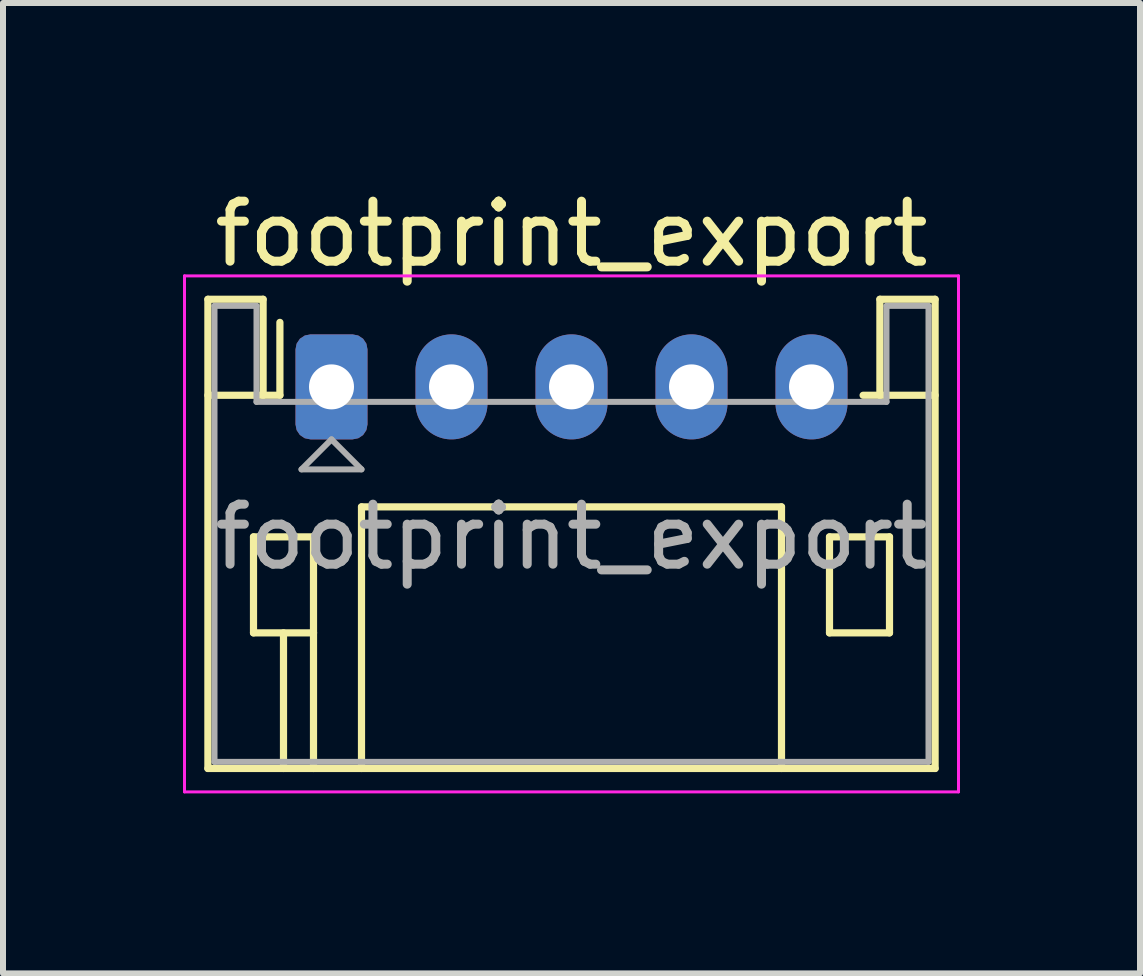
<source format=kicad_pcb>
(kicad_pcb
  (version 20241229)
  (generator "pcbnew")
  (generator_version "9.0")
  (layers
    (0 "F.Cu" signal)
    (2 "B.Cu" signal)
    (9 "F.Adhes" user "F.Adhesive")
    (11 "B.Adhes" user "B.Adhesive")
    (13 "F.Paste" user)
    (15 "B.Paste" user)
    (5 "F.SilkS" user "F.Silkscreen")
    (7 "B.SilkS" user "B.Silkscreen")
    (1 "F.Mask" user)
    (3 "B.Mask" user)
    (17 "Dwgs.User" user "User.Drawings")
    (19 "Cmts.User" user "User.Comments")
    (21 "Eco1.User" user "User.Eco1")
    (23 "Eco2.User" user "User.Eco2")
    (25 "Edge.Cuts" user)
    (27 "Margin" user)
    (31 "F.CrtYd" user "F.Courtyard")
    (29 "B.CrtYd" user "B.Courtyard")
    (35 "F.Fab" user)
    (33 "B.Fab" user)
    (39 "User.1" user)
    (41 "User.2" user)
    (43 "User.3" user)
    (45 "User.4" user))
  (footprint "footprint_export"
    (layer "F.Cu")
    (at 2.475 3.398)
    (property "Reference" "footprint_export" (at 4 -2.55 0) (layer "F.SilkS") (effects (font (size 1 1) (thickness 0.15))))
    (attr through_hole)
    (fp_line (start -2.06 -1.46) (end -2.06 6.36) (stroke (width 0.12) (type solid)) (layer "F.SilkS"))
    (fp_line (start -2.06 0.14) (end -1.14 0.14) (stroke (width 0.12) (type solid)) (layer "F.SilkS"))
    (fp_line (start -2.06 6.36) (end 10.06 6.36) (stroke (width 0.12) (type solid)) (layer "F.SilkS"))
    (fp_line (start -1.3 2.5) (end -1.3 4.1) (stroke (width 0.12) (type solid)) (layer "F.SilkS"))
    (fp_line (start -1.3 4.1) (end -0.3 4.1) (stroke (width 0.12) (type solid)) (layer "F.SilkS"))
    (fp_line (start -1.14 -1.46) (end -2.06 -1.46) (stroke (width 0.12) (type solid)) (layer "F.SilkS"))
    (fp_line (start -1.14 0.14) (end -1.14 -1.46) (stroke (width 0.12) (type solid)) (layer "F.SilkS"))
    (fp_line (start -0.86 0.14) (end -1.14 0.14) (stroke (width 0.12) (type solid)) (layer "F.SilkS"))
    (fp_line (start -0.86 0.14) (end -0.86 -1.075) (stroke (width 0.12) (type solid)) (layer "F.SilkS"))
    (fp_line (start -0.8 4.1) (end -0.8 6.36) (stroke (width 0.12) (type solid)) (layer "F.SilkS"))
    (fp_line (start -0.3 2.5) (end -1.3 2.5) (stroke (width 0.12) (type solid)) (layer "F.SilkS"))
    (fp_line (start -0.3 4.1) (end -0.3 2.5) (stroke (width 0.12) (type solid)) (layer "F.SilkS"))
    (fp_line (start -0.3 4.1) (end -0.3 6.36) (stroke (width 0.12) (type solid)) (layer "F.SilkS"))
    (fp_line (start 0.5 2) (end 7.5 2) (stroke (width 0.12) (type solid)) (layer "F.SilkS"))
    (fp_line (start 0.5 6.36) (end 0.5 2) (stroke (width 0.12) (type solid)) (layer "F.SilkS"))
    (fp_line (start 7.5 2) (end 7.5 6.36) (stroke (width 0.12) (type solid)) (layer "F.SilkS"))
    (fp_line (start 8.3 2.5) (end 9.3 2.5) (stroke (width 0.12) (type solid)) (layer "F.SilkS"))
    (fp_line (start 8.3 4.1) (end 8.3 2.5) (stroke (width 0.12) (type solid)) (layer "F.SilkS"))
    (fp_line (start 9.14 -1.46) (end 9.14 0.14) (stroke (width 0.12) (type solid)) (layer "F.SilkS"))
    (fp_line (start 9.14 0.14) (end 8.86 0.14) (stroke (width 0.12) (type solid)) (layer "F.SilkS"))
    (fp_line (start 9.3 2.5) (end 9.3 4.1) (stroke (width 0.12) (type solid)) (layer "F.SilkS"))
    (fp_line (start 9.3 4.1) (end 8.3 4.1) (stroke (width 0.12) (type solid)) (layer "F.SilkS"))
    (fp_line (start 10.06 -1.46) (end 9.14 -1.46) (stroke (width 0.12) (type solid)) (layer "F.SilkS"))
    (fp_line (start 10.06 0.14) (end 9.14 0.14) (stroke (width 0.12) (type solid)) (layer "F.SilkS"))
    (fp_line (start 10.06 6.36) (end 10.06 -1.46) (stroke (width 0.12) (type solid)) (layer "F.SilkS"))
    (fp_line (start -2.45 -1.85) (end -2.45 6.75) (stroke (width 0.05) (type solid)) (layer "F.CrtYd"))
    (fp_line (start -2.45 6.75) (end 10.45 6.75) (stroke (width 0.05) (type solid)) (layer "F.CrtYd"))
    (fp_line (start 10.45 -1.85) (end -2.45 -1.85) (stroke (width 0.05) (type solid)) (layer "F.CrtYd"))
    (fp_line (start 10.45 6.75) (end 10.45 -1.85) (stroke (width 0.05) (type solid)) (layer "F.CrtYd"))
    (fp_line (start -1.95 -1.35) (end -1.95 6.25) (stroke (width 0.1) (type solid)) (layer "F.Fab"))
    (fp_line (start -1.95 6.25) (end 9.95 6.25) (stroke (width 0.1) (type solid)) (layer "F.Fab"))
    (fp_line (start -1.25 -1.35) (end -1.95 -1.35) (stroke (width 0.1) (type solid)) (layer "F.Fab"))
    (fp_line (start -1.25 0.25) (end -1.25 -1.35) (stroke (width 0.1) (type solid)) (layer "F.Fab"))
    (fp_line (start -0.5 1.375) (end 0.5 1.375) (stroke (width 0.1) (type solid)) (layer "F.Fab"))
    (fp_line (start 0 0.875) (end -0.5 1.375) (stroke (width 0.1) (type solid)) (layer "F.Fab"))
    (fp_line (start 0.5 1.375) (end 0 0.875) (stroke (width 0.1) (type solid)) (layer "F.Fab"))
    (fp_line (start 9.25 -1.35) (end 9.25 0.25) (stroke (width 0.1) (type solid)) (layer "F.Fab"))
    (fp_line (start 9.25 0.25) (end -1.25 0.25) (stroke (width 0.1) (type solid)) (layer "F.Fab"))
    (fp_line (start 9.95 -1.35) (end 9.25 -1.35) (stroke (width 0.1) (type solid)) (layer "F.Fab"))
    (fp_line (start 9.95 6.25) (end 9.95 -1.35) (stroke (width 0.1) (type solid)) (layer "F.Fab"))
    (fp_text user "${REFERENCE}" (at 4 2.5 0) (layer "F.Fab") (effects (font (size 1 1) (thickness 0.15))))
    (pad "1" thru_hole roundrect (at 0 0) (size 1.2 1.75) (drill 0.75) (layers "*.Cu" "*.Mask") (roundrect_rratio 0.208))
    (pad "2" thru_hole oval (at 2 0) (size 1.2 1.75) (drill 0.75) (layers "*.Cu" "*.Mask"))
    (pad "3" thru_hole oval (at 4 0) (size 1.2 1.75) (drill 0.75) (layers "*.Cu" "*.Mask"))
    (pad "4" thru_hole oval (at 6 0) (size 1.2 1.75) (drill 0.75) (layers "*.Cu" "*.Mask"))
    (pad "5" thru_hole oval (at 8 0) (size 1.2 1.75) (drill 0.75) (layers "*.Cu" "*.Mask")))
  (gr_rect
    (start -3 -3)
    (end 15.95 13.173)
    (stroke (width 0.1) (type default))
    (fill no)
    (layer "Edge.Cuts")))
</source>
